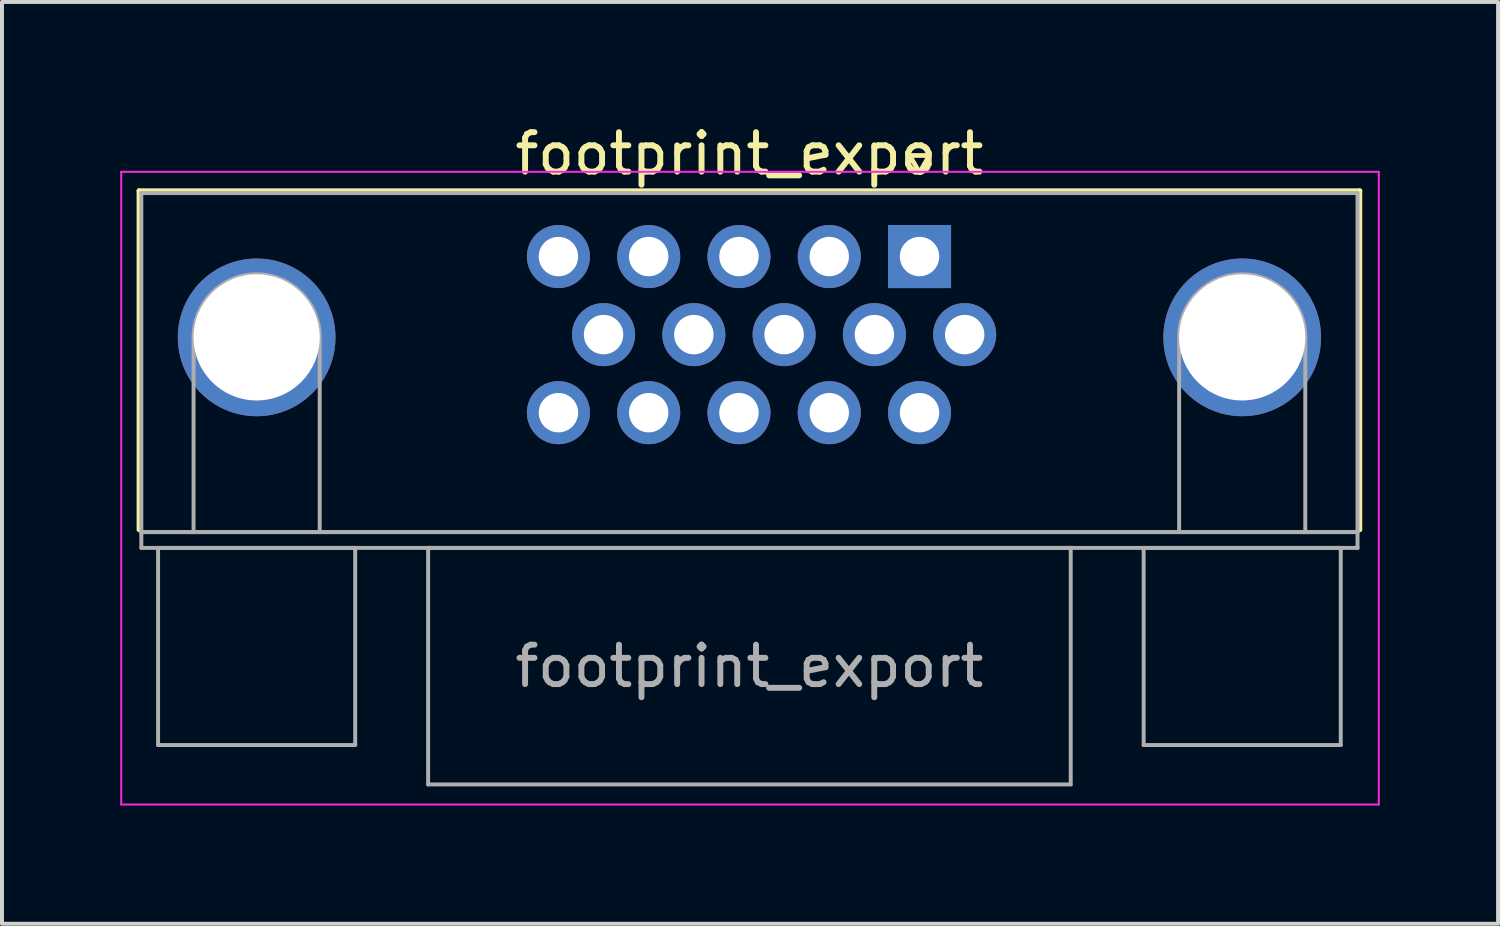
<source format=kicad_pcb>
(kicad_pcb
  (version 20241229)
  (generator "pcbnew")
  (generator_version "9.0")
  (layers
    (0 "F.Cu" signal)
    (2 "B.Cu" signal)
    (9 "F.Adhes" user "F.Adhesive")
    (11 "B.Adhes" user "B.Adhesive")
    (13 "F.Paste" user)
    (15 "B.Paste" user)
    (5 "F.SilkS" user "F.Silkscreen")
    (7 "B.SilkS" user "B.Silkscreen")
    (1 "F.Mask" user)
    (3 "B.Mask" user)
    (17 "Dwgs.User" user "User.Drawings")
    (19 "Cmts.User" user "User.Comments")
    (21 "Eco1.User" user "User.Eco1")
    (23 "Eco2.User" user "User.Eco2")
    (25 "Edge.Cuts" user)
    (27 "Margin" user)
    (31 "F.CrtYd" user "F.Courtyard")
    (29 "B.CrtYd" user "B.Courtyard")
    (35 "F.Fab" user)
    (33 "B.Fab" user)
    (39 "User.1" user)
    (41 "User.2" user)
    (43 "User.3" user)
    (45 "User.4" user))
  (footprint "footprint_export"
    (layer "F.Cu")
    (at 20.275 3.458)
    (property "Reference" "footprint_export" (at -4.315 -2.61 0) (layer "F.SilkS") (effects (font (size 1 1) (thickness 0.15))))
    (attr through_hole)
    (fp_line (start -19.8 -1.67) (end 11.17 -1.67) (stroke (width 0.12) (type solid)) (layer "F.SilkS"))
    (fp_line (start -19.8 6.93) (end -19.8 -1.67) (stroke (width 0.12) (type solid)) (layer "F.SilkS"))
    (fp_line (start -0.25 -2.564) (end 0.25 -2.564) (stroke (width 0.12) (type solid)) (layer "F.SilkS"))
    (fp_line (start 0 -2.131) (end -0.25 -2.564) (stroke (width 0.12) (type solid)) (layer "F.SilkS"))
    (fp_line (start 0.25 -2.564) (end 0 -2.131) (stroke (width 0.12) (type solid)) (layer "F.SilkS"))
    (fp_line (start 11.17 -1.67) (end 11.17 6.93) (stroke (width 0.12) (type solid)) (layer "F.SilkS"))
    (fp_line (start -20.25 -2.15) (end -20.25 13.9) (stroke (width 0.05) (type solid)) (layer "F.CrtYd"))
    (fp_line (start -20.25 13.9) (end 11.65 13.9) (stroke (width 0.05) (type solid)) (layer "F.CrtYd"))
    (fp_line (start 11.65 -2.15) (end -20.25 -2.15) (stroke (width 0.05) (type solid)) (layer "F.CrtYd"))
    (fp_line (start 11.65 13.9) (end 11.65 -2.15) (stroke (width 0.05) (type solid)) (layer "F.CrtYd"))
    (fp_line (start -19.74 -1.61) (end -19.74 6.99) (stroke (width 0.1) (type solid)) (layer "F.Fab"))
    (fp_line (start -19.74 6.99) (end -19.74 7.39) (stroke (width 0.1) (type solid)) (layer "F.Fab"))
    (fp_line (start -19.74 6.99) (end 11.11 6.99) (stroke (width 0.1) (type solid)) (layer "F.Fab"))
    (fp_line (start -19.74 7.39) (end 11.11 7.39) (stroke (width 0.1) (type solid)) (layer "F.Fab"))
    (fp_line (start -19.315 7.39) (end -19.315 12.39) (stroke (width 0.1) (type solid)) (layer "F.Fab"))
    (fp_line (start -19.315 12.39) (end -14.315 12.39) (stroke (width 0.1) (type solid)) (layer "F.Fab"))
    (fp_line (start -18.415 6.99) (end -18.415 2.05) (stroke (width 0.1) (type solid)) (layer "F.Fab"))
    (fp_line (start -15.215 6.99) (end -15.215 2.05) (stroke (width 0.1) (type solid)) (layer "F.Fab"))
    (fp_line (start -14.315 7.39) (end -19.315 7.39) (stroke (width 0.1) (type solid)) (layer "F.Fab"))
    (fp_line (start -14.315 12.39) (end -14.315 7.39) (stroke (width 0.1) (type solid)) (layer "F.Fab"))
    (fp_line (start -12.465 7.39) (end -12.465 13.39) (stroke (width 0.1) (type solid)) (layer "F.Fab"))
    (fp_line (start -12.465 13.39) (end 3.835 13.39) (stroke (width 0.1) (type solid)) (layer "F.Fab"))
    (fp_line (start 3.835 7.39) (end -12.465 7.39) (stroke (width 0.1) (type solid)) (layer "F.Fab"))
    (fp_line (start 3.835 13.39) (end 3.835 7.39) (stroke (width 0.1) (type solid)) (layer "F.Fab"))
    (fp_line (start 5.685 7.39) (end 5.685 12.39) (stroke (width 0.1) (type solid)) (layer "F.Fab"))
    (fp_line (start 5.685 12.39) (end 10.685 12.39) (stroke (width 0.1) (type solid)) (layer "F.Fab"))
    (fp_line (start 6.585 6.99) (end 6.585 2.05) (stroke (width 0.1) (type solid)) (layer "F.Fab"))
    (fp_line (start 9.785 6.99) (end 9.785 2.05) (stroke (width 0.1) (type solid)) (layer "F.Fab"))
    (fp_line (start 10.685 7.39) (end 5.685 7.39) (stroke (width 0.1) (type solid)) (layer "F.Fab"))
    (fp_line (start 10.685 12.39) (end 10.685 7.39) (stroke (width 0.1) (type solid)) (layer "F.Fab"))
    (fp_line (start 11.11 -1.61) (end -19.74 -1.61) (stroke (width 0.1) (type solid)) (layer "F.Fab"))
    (fp_line (start 11.11 6.99) (end -19.74 6.99) (stroke (width 0.1) (type solid)) (layer "F.Fab"))
    (fp_line (start 11.11 6.99) (end 11.11 -1.61) (stroke (width 0.1) (type solid)) (layer "F.Fab"))
    (fp_line (start 11.11 7.39) (end 11.11 6.99) (stroke (width 0.1) (type solid)) (layer "F.Fab"))
    (fp_arc (start -18.415 2.05) (mid -16.815 0.45) (end -15.215 2.05) (stroke (width 0.1) (type solid)) (layer "F.Fab"))
    (fp_arc (start 6.585 2.05) (mid 8.185 0.45) (end 9.785 2.05) (stroke (width 0.1) (type solid)) (layer "F.Fab"))
    (fp_text user "${REFERENCE}" (at -4.315 10.39 0) (layer "F.Fab") (effects (font (size 1 1) (thickness 0.15))))
    (pad "0" thru_hole circle (at -16.815 2.05) (size 4 4) (drill 3.2) (layers "*.Cu" "*.Mask"))
    (pad "0" thru_hole circle (at 8.185 2.05) (size 4 4) (drill 3.2) (layers "*.Cu" "*.Mask"))
    (pad "1" thru_hole rect (at 0 0) (size 1.6 1.6) (drill 1) (layers "*.Cu" "*.Mask"))
    (pad "2" thru_hole circle (at -2.29 0) (size 1.6 1.6) (drill 1) (layers "*.Cu" "*.Mask"))
    (pad "3" thru_hole circle (at -4.58 0) (size 1.6 1.6) (drill 1) (layers "*.Cu" "*.Mask"))
    (pad "4" thru_hole circle (at -6.87 0) (size 1.6 1.6) (drill 1) (layers "*.Cu" "*.Mask"))
    (pad "5" thru_hole circle (at -9.16 0) (size 1.6 1.6) (drill 1) (layers "*.Cu" "*.Mask"))
    (pad "6" thru_hole circle (at 1.145 1.98) (size 1.6 1.6) (drill 1) (layers "*.Cu" "*.Mask"))
    (pad "7" thru_hole circle (at -1.145 1.98) (size 1.6 1.6) (drill 1) (layers "*.Cu" "*.Mask"))
    (pad "8" thru_hole circle (at -3.435 1.98) (size 1.6 1.6) (drill 1) (layers "*.Cu" "*.Mask"))
    (pad "9" thru_hole circle (at -5.725 1.98) (size 1.6 1.6) (drill 1) (layers "*.Cu" "*.Mask"))
    (pad "10" thru_hole circle (at -8.015 1.98) (size 1.6 1.6) (drill 1) (layers "*.Cu" "*.Mask"))
    (pad "11" thru_hole circle (at 0 3.96) (size 1.6 1.6) (drill 1) (layers "*.Cu" "*.Mask"))
    (pad "12" thru_hole circle (at -2.29 3.96) (size 1.6 1.6) (drill 1) (layers "*.Cu" "*.Mask"))
    (pad "13" thru_hole circle (at -4.58 3.96) (size 1.6 1.6) (drill 1) (layers "*.Cu" "*.Mask"))
    (pad "14" thru_hole circle (at -6.87 3.96) (size 1.6 1.6) (drill 1) (layers "*.Cu" "*.Mask"))
    (pad "15" thru_hole circle (at -9.16 3.96) (size 1.6 1.6) (drill 1) (layers "*.Cu" "*.Mask")))
  (gr_rect
    (start -3 -3)
    (end 34.95 20.383)
    (stroke (width 0.1) (type default))
    (fill no)
    (layer "Edge.Cuts")))
</source>
